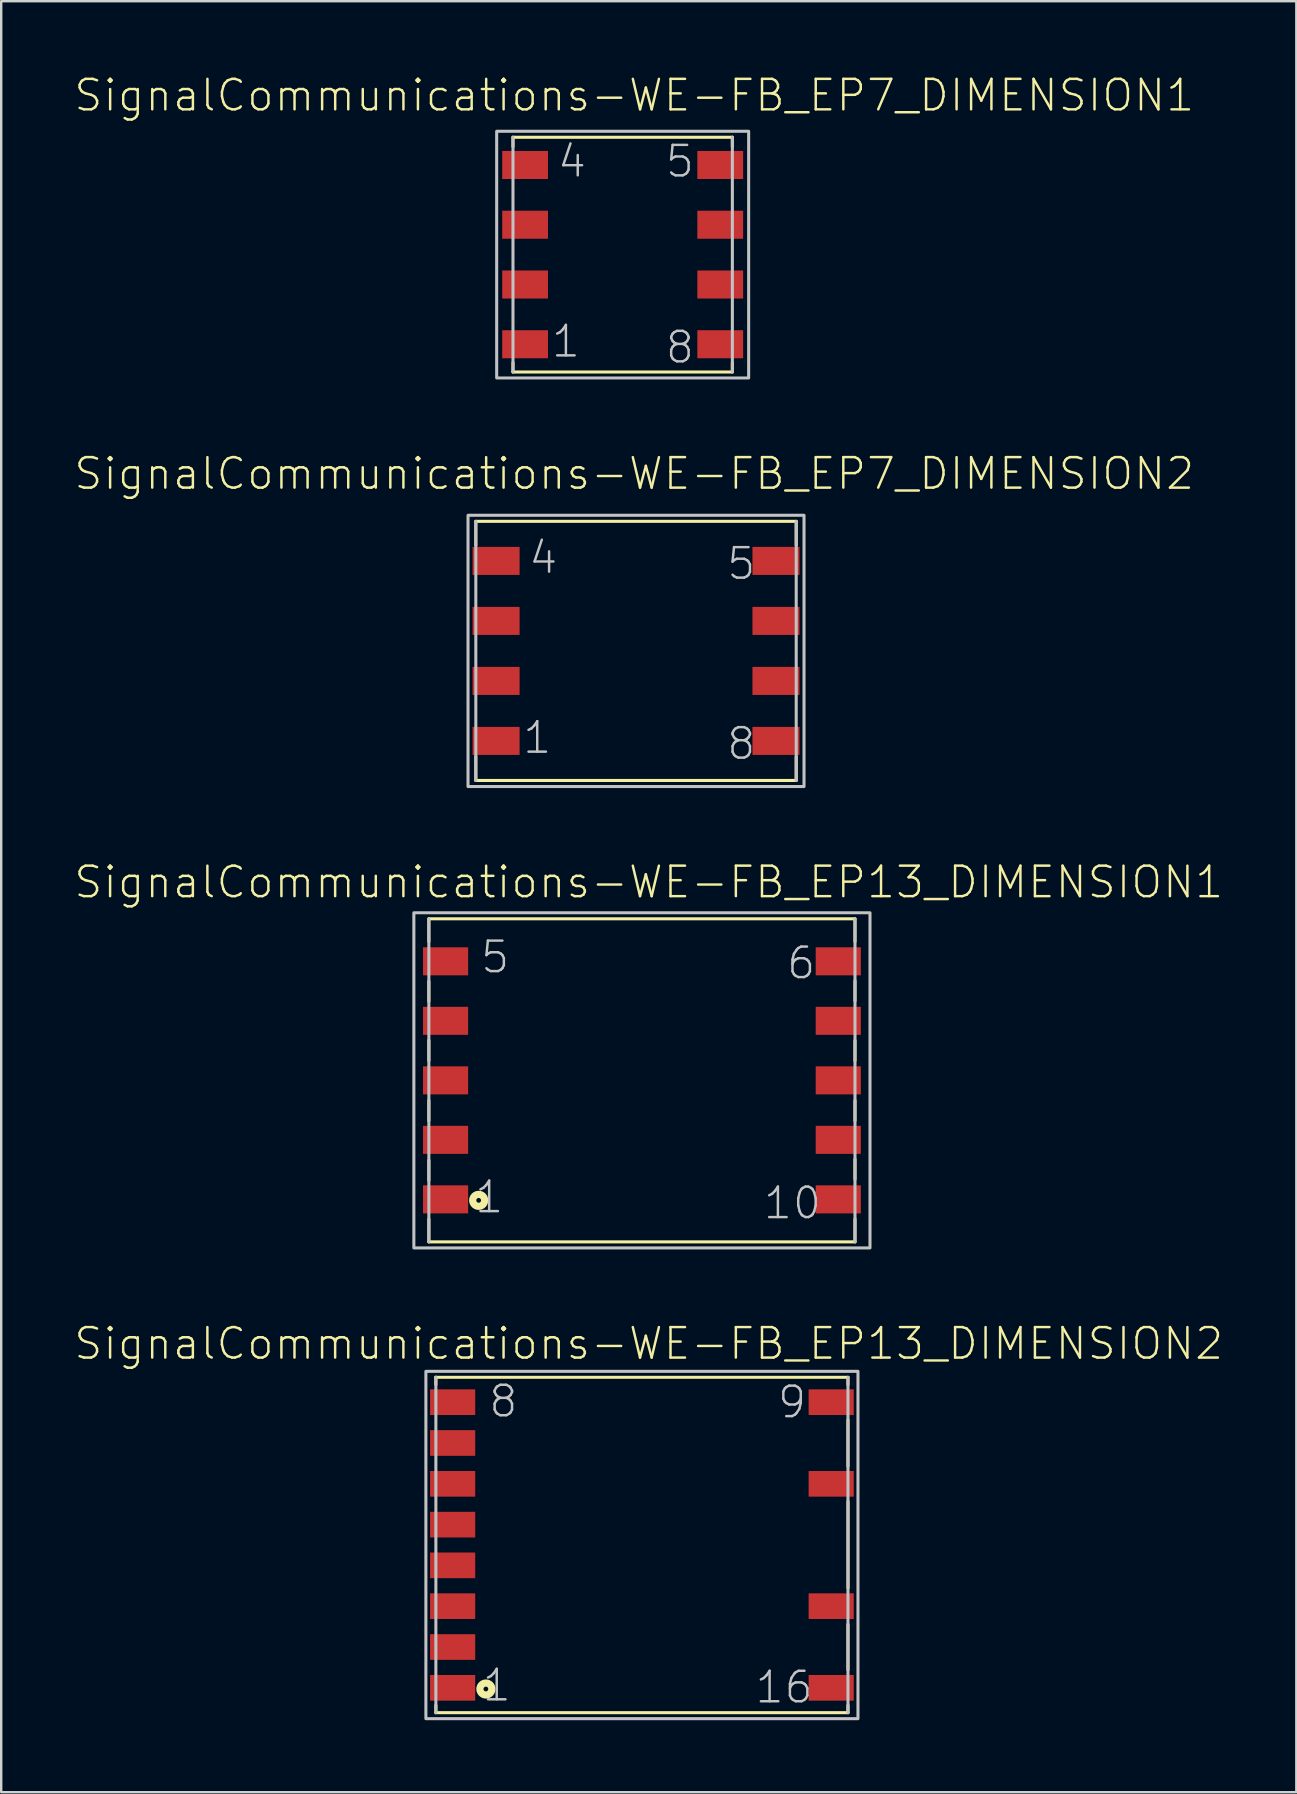
<source format=kicad_pcb>
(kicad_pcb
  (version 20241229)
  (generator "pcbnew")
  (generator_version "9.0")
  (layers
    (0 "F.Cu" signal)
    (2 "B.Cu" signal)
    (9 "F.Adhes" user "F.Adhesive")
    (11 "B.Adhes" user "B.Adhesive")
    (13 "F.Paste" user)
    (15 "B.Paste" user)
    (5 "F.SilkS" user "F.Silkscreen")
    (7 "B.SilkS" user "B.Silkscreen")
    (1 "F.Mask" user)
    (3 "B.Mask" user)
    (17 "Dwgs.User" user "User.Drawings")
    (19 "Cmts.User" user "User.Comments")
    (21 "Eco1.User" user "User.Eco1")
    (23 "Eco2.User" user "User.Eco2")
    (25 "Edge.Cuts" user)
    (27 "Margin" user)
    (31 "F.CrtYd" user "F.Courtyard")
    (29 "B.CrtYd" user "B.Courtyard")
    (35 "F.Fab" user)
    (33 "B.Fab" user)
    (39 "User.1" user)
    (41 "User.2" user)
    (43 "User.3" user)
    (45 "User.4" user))
  (footprint "SignalCommunications-WE-FB_EP13_DIMENSION1"
    (layer "F.Cu")
    (at 23.689 41.951)
    (property "Reference" "SignalCommunications-WE-FB_EP13_DIMENSION1" (at 0.284 -8.255 0) (layer "F.SilkS") (effects (font (size 1.27 1.27) (thickness 0.102))))
    (attr smd)
    (fp_line (start -8.875 -5.779) (end -8.875 -6.728) (stroke (width 0.127) (type solid)) (layer "F.SilkS"))
    (fp_line (start -8.875 -4.128) (end -8.875 -3.289) (stroke (width 0.127) (type solid)) (layer "F.SilkS"))
    (fp_line (start -8.875 -1.669) (end -8.875 -0.828) (stroke (width 0.127) (type solid)) (layer "F.SilkS"))
    (fp_line (start -8.875 0.838) (end -8.875 1.679) (stroke (width 0.127) (type solid)) (layer "F.SilkS"))
    (fp_line (start -8.875 3.33) (end -8.875 4.168) (stroke (width 0.127) (type solid)) (layer "F.SilkS"))
    (fp_line (start -8.875 5.779) (end -8.875 6.728) (stroke (width 0.127) (type solid)) (layer "F.SilkS"))
    (fp_line (start -8.875 6.728) (end 8.875 6.728) (stroke (width 0.127) (type solid)) (layer "F.SilkS"))
    (fp_line (start 8.875 -6.728) (end -8.875 -6.728) (stroke (width 0.127) (type solid)) (layer "F.SilkS"))
    (fp_line (start 8.875 -5.779) (end 8.875 -6.728) (stroke (width 0.127) (type solid)) (layer "F.SilkS"))
    (fp_line (start 8.875 -4.148) (end 8.875 -3.31) (stroke (width 0.127) (type solid)) (layer "F.SilkS"))
    (fp_line (start 8.875 -1.659) (end 8.875 -0.818) (stroke (width 0.127) (type solid)) (layer "F.SilkS"))
    (fp_line (start 8.875 0.838) (end 8.875 1.679) (stroke (width 0.127) (type solid)) (layer "F.SilkS"))
    (fp_line (start 8.875 3.289) (end 8.875 4.128) (stroke (width 0.127) (type solid)) (layer "F.SilkS"))
    (fp_line (start 8.875 5.779) (end 8.875 6.728) (stroke (width 0.127) (type solid)) (layer "F.SilkS"))
    (fp_circle (center -6.8 4.999) (end -6.8 4.9) (stroke (width 0.3) (type solid)) (fill no) (layer "F.SilkS"))
    (fp_line (start -8.875 -6.728) (end -8.875 6.728) (stroke (width 0.127) (type solid)) (layer "Dwgs.User"))
    (fp_line (start 8.875 6.728) (end 8.875 -6.728) (stroke (width 0.127) (type solid)) (layer "Dwgs.User"))
    (fp_poly (pts (xy -9.5 -6.98) (xy 9.5 -6.98) (xy 9.5 6.98) (xy -9.5 6.98) (xy -9.5 -6.98)) (stroke (width 0.127) (type solid)) (fill no) (layer "Dwgs.User"))
    (fp_text user "1" (at -6.363 4.864 0) (layer "Dwgs.User") (effects (font (size 1.27 1.27) (thickness 0.102))))
    (fp_text user "5" (at -6.114 -5.133 0) (layer "Dwgs.User") (effects (font (size 1.27 1.27) (thickness 0.102))))
    (fp_text user "10" (at 6.269 5.113 0) (layer "Dwgs.User") (effects (font (size 1.27 1.27) (thickness 0.102))))
    (fp_text user "6" (at 6.634 -4.884 0) (layer "Dwgs.User") (effects (font (size 1.27 1.27) (thickness 0.102))))
    (pad "1" smd rect (at -8.179 4.958) (size 1.88 1.168) (layers "F.Cu" "F.Mask" "F.Paste"))
    (pad "2" smd rect (at -8.179 2.479) (size 1.88 1.168) (layers "F.Cu" "F.Mask" "F.Paste"))
    (pad "3" smd rect (at -8.179 0) (size 1.88 1.168) (layers "F.Cu" "F.Mask" "F.Paste"))
    (pad "4" smd rect (at -8.179 -2.479) (size 1.88 1.168) (layers "F.Cu" "F.Mask" "F.Paste"))
    (pad "5" smd rect (at -8.179 -4.958) (size 1.88 1.168) (layers "F.Cu" "F.Mask" "F.Paste"))
    (pad "6" smd rect (at 8.179 -4.958) (size 1.88 1.168) (layers "F.Cu" "F.Mask" "F.Paste"))
    (pad "7" smd rect (at 8.179 -2.479) (size 1.88 1.168) (layers "F.Cu" "F.Mask" "F.Paste"))
    (pad "8" smd rect (at 8.179 0) (size 1.88 1.168) (layers "F.Cu" "F.Mask" "F.Paste"))
    (pad "9" smd rect (at 8.179 2.479) (size 1.88 1.168) (layers "F.Cu" "F.Mask" "F.Paste"))
    (pad "10" smd rect (at 8.179 4.958) (size 1.88 1.168) (layers "F.Cu" "F.Mask" "F.Paste")))
  (footprint "SignalCommunications-WE-FB_EP7_DIMENSION1"
    (layer "F.Cu")
    (at 22.887 7.556)
    (property "Reference" "SignalCommunications-WE-FB_EP7_DIMENSION1" (at 0.483 -6.634 0) (layer "F.SilkS") (effects (font (size 1.27 1.27) (thickness 0.102))))
    (attr smd)
    (fp_line (start -4.569 -4.889) (end -4.569 -4.498) (stroke (width 0.127) (type solid)) (layer "F.SilkS"))
    (fp_line (start -4.569 -4.889) (end 4.569 -4.889) (stroke (width 0.127) (type solid)) (layer "F.SilkS"))
    (fp_line (start -4.569 4.498) (end -4.569 4.889) (stroke (width 0.127) (type solid)) (layer "F.SilkS"))
    (fp_line (start -4.569 4.889) (end 4.569 4.889) (stroke (width 0.127) (type solid)) (layer "F.SilkS"))
    (fp_line (start 4.569 -4.889) (end 4.569 -4.498) (stroke (width 0.127) (type solid)) (layer "F.SilkS"))
    (fp_line (start 4.569 4.498) (end 4.569 4.889) (stroke (width 0.127) (type solid)) (layer "F.SilkS"))
    (fp_line (start -4.569 -4.889) (end -4.569 4.889) (stroke (width 0.127) (type solid)) (layer "Dwgs.User"))
    (fp_line (start 4.569 -4.889) (end 4.569 4.889) (stroke (width 0.127) (type solid)) (layer "Dwgs.User"))
    (fp_poly (pts (xy -5.248 -5.138) (xy 5.248 -5.138) (xy 5.248 5.138) (xy -5.248 5.138) (xy -5.248 -5.138)) (stroke (width 0.127) (type solid)) (fill no) (layer "Dwgs.User"))
    (fp_text user "4" (at -2.113 -3.884 0) (layer "Dwgs.User") (effects (font (size 1.27 1.27) (thickness 0.102))))
    (fp_text user "1" (at -2.365 3.614 0) (layer "Dwgs.User") (effects (font (size 1.27 1.27) (thickness 0.102))))
    (fp_text user "8" (at 2.383 3.863 0) (layer "Dwgs.User") (effects (font (size 1.27 1.27) (thickness 0.102))))
    (fp_text user "5" (at 2.383 -3.884 0) (layer "Dwgs.User") (effects (font (size 1.27 1.27) (thickness 0.102))))
    (pad "1" smd rect (at -4.064 3.734) (size 1.908 1.168) (layers "F.Cu" "F.Mask" "F.Paste"))
    (pad "2" smd rect (at -4.064 1.245) (size 1.908 1.168) (layers "F.Cu" "F.Mask" "F.Paste"))
    (pad "3" smd rect (at -4.064 -1.245) (size 1.908 1.168) (layers "F.Cu" "F.Mask" "F.Paste"))
    (pad "4" smd rect (at -4.064 -3.734) (size 1.908 1.168) (layers "F.Cu" "F.Mask" "F.Paste"))
    (pad "5" smd rect (at 4.064 -3.734) (size 1.908 1.168) (layers "F.Cu" "F.Mask" "F.Paste"))
    (pad "6" smd rect (at 4.064 -1.245) (size 1.908 1.168) (layers "F.Cu" "F.Mask" "F.Paste"))
    (pad "7" smd rect (at 4.064 1.245) (size 1.908 1.168) (layers "F.Cu" "F.Mask" "F.Paste"))
    (pad "8" smd rect (at 4.064 3.734) (size 1.908 1.168) (layers "F.Cu" "F.Mask" "F.Paste")))
  (footprint "SignalCommunications-WE-FB_EP13_DIMENSION2"
    (layer "F.Cu")
    (at 23.689 61.306)
    (property "Reference" "SignalCommunications-WE-FB_EP13_DIMENSION2" (at 0.284 -8.39 0) (layer "F.SilkS") (effects (font (size 1.27 1.27) (thickness 0.102))))
    (attr smd)
    (fp_line (start -8.583 -6.985) (end -8.583 -6.985) (stroke (width 0.127) (type solid)) (layer "F.SilkS"))
    (fp_line (start -8.583 -6.678) (end -8.583 -6.985) (stroke (width 0.127) (type solid)) (layer "F.SilkS"))
    (fp_line (start -8.583 6.675) (end -8.583 6.985) (stroke (width 0.127) (type solid)) (layer "F.SilkS"))
    (fp_line (start -8.583 6.985) (end 8.583 6.985) (stroke (width 0.127) (type solid)) (layer "F.SilkS"))
    (fp_line (start 8.583 -6.985) (end -8.583 -6.985) (stroke (width 0.127) (type solid)) (layer "F.SilkS"))
    (fp_line (start 8.583 -6.678) (end 8.583 -6.985) (stroke (width 0.127) (type solid)) (layer "F.SilkS"))
    (fp_line (start 8.583 -5.207) (end 8.583 -3.279) (stroke (width 0.127) (type solid)) (layer "F.SilkS"))
    (fp_line (start 8.583 3.31) (end 8.583 5.199) (stroke (width 0.127) (type solid)) (layer "F.SilkS"))
    (fp_line (start 8.583 6.675) (end 8.583 6.985) (stroke (width 0.127) (type solid)) (layer "F.SilkS"))
    (fp_line (start 8.585 -1.821) (end 8.585 1.791) (stroke (width 0.127) (type solid)) (layer "F.SilkS"))
    (fp_circle (center -6.5 5.999) (end -6.5 5.9) (stroke (width 0.3) (type solid)) (fill no) (layer "F.SilkS"))
    (fp_line (start -8.583 -6.985) (end -8.583 6.985) (stroke (width 0.127) (type solid)) (layer "Dwgs.User"))
    (fp_line (start 8.583 6.985) (end 8.583 -6.985) (stroke (width 0.127) (type solid)) (layer "Dwgs.User"))
    (fp_poly (pts (xy 8.999 -7.234) (xy 8.999 7.234) (xy -8.999 7.234) (xy -8.999 -7.234) (xy 8.999 -7.234)) (stroke (width 0.127) (type solid)) (fill no) (layer "Dwgs.User"))
    (fp_text user "1" (at -6.048 5.845 0) (layer "Dwgs.User") (effects (font (size 1.27 1.27) (thickness 0.102))))
    (fp_text user "9" (at 6.253 -5.951 0) (layer "Dwgs.User") (effects (font (size 1.27 1.27) (thickness 0.102))))
    (fp_text user "16" (at 5.923 5.926 0) (layer "Dwgs.User") (effects (font (size 1.27 1.27) (thickness 0.102))))
    (fp_text user "8" (at -5.773 -5.987 0) (layer "Dwgs.User") (effects (font (size 1.27 1.27) (thickness 0.102))))
    (pad "1" smd rect (at -7.884 5.949) (size 1.88 1.069) (layers "F.Cu" "F.Mask" "F.Paste"))
    (pad "2" smd rect (at -7.884 4.249) (size 1.88 1.069) (layers "F.Cu" "F.Mask" "F.Paste"))
    (pad "3" smd rect (at -7.884 2.548) (size 1.88 1.069) (layers "F.Cu" "F.Mask" "F.Paste"))
    (pad "4" smd rect (at -7.884 0.848) (size 1.88 1.069) (layers "F.Cu" "F.Mask" "F.Paste"))
    (pad "5" smd rect (at -7.884 -0.848) (size 1.88 1.069) (layers "F.Cu" "F.Mask" "F.Paste"))
    (pad "6" smd rect (at -7.884 -2.548) (size 1.88 1.069) (layers "F.Cu" "F.Mask" "F.Paste"))
    (pad "7" smd rect (at -7.884 -4.249) (size 1.88 1.069) (layers "F.Cu" "F.Mask" "F.Paste"))
    (pad "8" smd rect (at -7.884 -5.949) (size 1.88 1.069) (layers "F.Cu" "F.Mask" "F.Paste"))
    (pad "9" smd rect (at 7.884 -5.949) (size 1.88 1.069) (layers "F.Cu" "F.Mask" "F.Paste"))
    (pad "11" smd rect (at 7.884 -2.548) (size 1.88 1.069) (layers "F.Cu" "F.Mask" "F.Paste"))
    (pad "14" smd rect (at 7.884 2.548) (size 1.88 1.069) (layers "F.Cu" "F.Mask" "F.Paste"))
    (pad "16" smd rect (at 7.884 5.949) (size 1.88 1.069) (layers "F.Cu" "F.Mask" "F.Paste")))
  (footprint "SignalCommunications-WE-FB_EP7_DIMENSION2"
    (layer "F.Cu")
    (at 23.443 24.063)
    (property "Reference" "SignalCommunications-WE-FB_EP7_DIMENSION2" (at -0.074 -7.384 0) (layer "F.SilkS") (effects (font (size 1.27 1.27) (thickness 0.102))))
    (attr smd)
    (fp_line (start -6.673 -5.397) (end -6.673 -4.399) (stroke (width 0.127) (type solid)) (layer "F.SilkS"))
    (fp_line (start -6.673 -5.397) (end 6.673 -5.397) (stroke (width 0.127) (type solid)) (layer "F.SilkS"))
    (fp_line (start -6.673 4.399) (end -6.673 5.397) (stroke (width 0.127) (type solid)) (layer "F.SilkS"))
    (fp_line (start -6.673 5.397) (end 6.673 5.397) (stroke (width 0.127) (type solid)) (layer "F.SilkS"))
    (fp_line (start 6.673 -5.397) (end 6.673 -4.399) (stroke (width 0.127) (type solid)) (layer "F.SilkS"))
    (fp_line (start 6.673 4.399) (end 6.673 5.397) (stroke (width 0.127) (type solid)) (layer "F.SilkS"))
    (fp_line (start -6.673 -5.397) (end -6.673 5.397) (stroke (width 0.127) (type solid)) (layer "Dwgs.User"))
    (fp_line (start 6.673 -5.397) (end 6.673 5.397) (stroke (width 0.127) (type solid)) (layer "Dwgs.User"))
    (fp_poly (pts (xy -6.998 -5.649) (xy 6.998 -5.649) (xy 6.998 5.649) (xy -6.998 5.649) (xy -6.998 -5.649)) (stroke (width 0.127) (type solid)) (fill no) (layer "Dwgs.User"))
    (fp_text user "1" (at -4.115 3.614 0) (layer "Dwgs.User") (effects (font (size 1.27 1.27) (thickness 0.102))))
    (fp_text user "4" (at -3.863 -3.884 0) (layer "Dwgs.User") (effects (font (size 1.27 1.27) (thickness 0.102))))
    (fp_text user "5" (at 4.384 -3.635 0) (layer "Dwgs.User") (effects (font (size 1.27 1.27) (thickness 0.102))))
    (fp_text user "8" (at 4.384 3.863 0) (layer "Dwgs.User") (effects (font (size 1.27 1.27) (thickness 0.102))))
    (pad "1" smd rect (at -5.829 3.749) (size 1.958 1.168) (layers "F.Cu" "F.Mask" "F.Paste"))
    (pad "2" smd rect (at -5.829 1.25) (size 1.958 1.168) (layers "F.Cu" "F.Mask" "F.Paste"))
    (pad "3" smd rect (at -5.829 -1.25) (size 1.958 1.168) (layers "F.Cu" "F.Mask" "F.Paste"))
    (pad "4" smd rect (at -5.829 -3.749) (size 1.958 1.168) (layers "F.Cu" "F.Mask" "F.Paste"))
    (pad "5" smd rect (at 5.829 -3.749) (size 1.958 1.168) (layers "F.Cu" "F.Mask" "F.Paste"))
    (pad "6" smd rect (at 5.829 -1.25) (size 1.958 1.168) (layers "F.Cu" "F.Mask" "F.Paste"))
    (pad "7" smd rect (at 5.829 1.25) (size 1.958 1.168) (layers "F.Cu" "F.Mask" "F.Paste"))
    (pad "8" smd rect (at 5.829 3.749) (size 1.958 1.168) (layers "F.Cu" "F.Mask" "F.Paste")))
  (gr_rect
    (start -3 -3)
    (end 50.948 71.603)
    (stroke (width 0.1) (type default))
    (fill no)
    (layer "Edge.Cuts")))
</source>
